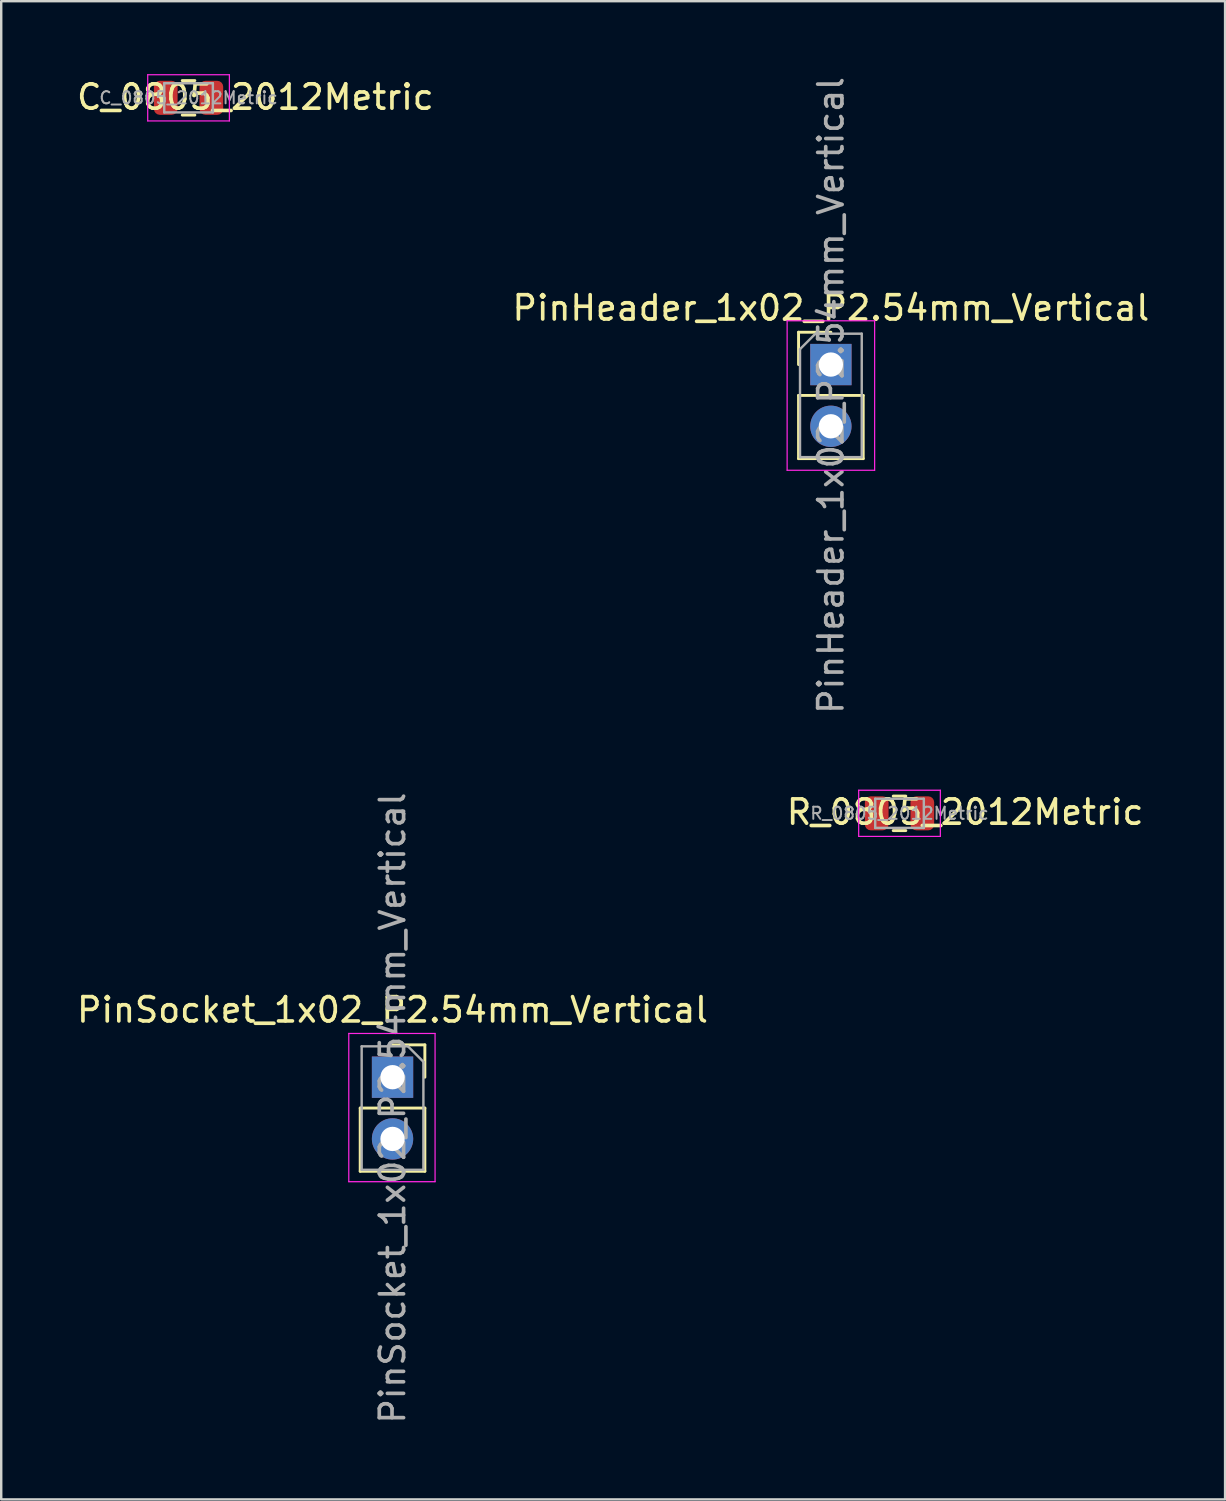
<source format=kicad_pcb>
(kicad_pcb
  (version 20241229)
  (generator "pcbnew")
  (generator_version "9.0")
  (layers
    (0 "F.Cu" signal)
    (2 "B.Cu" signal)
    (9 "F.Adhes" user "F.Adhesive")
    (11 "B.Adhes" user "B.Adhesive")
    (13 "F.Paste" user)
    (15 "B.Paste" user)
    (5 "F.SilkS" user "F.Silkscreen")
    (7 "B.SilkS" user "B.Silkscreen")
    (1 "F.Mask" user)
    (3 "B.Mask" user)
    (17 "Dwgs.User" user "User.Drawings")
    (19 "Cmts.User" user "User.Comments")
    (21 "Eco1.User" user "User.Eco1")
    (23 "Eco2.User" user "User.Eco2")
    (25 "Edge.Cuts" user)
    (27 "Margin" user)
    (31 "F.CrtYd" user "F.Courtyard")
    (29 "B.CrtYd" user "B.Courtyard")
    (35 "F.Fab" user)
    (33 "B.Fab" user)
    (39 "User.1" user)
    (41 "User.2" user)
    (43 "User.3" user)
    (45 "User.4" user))
  (footprint "R_0805_2012Metric"
    (layer "F.Cu")
    (at 33.961 30.415)
    (property "Reference" "R_0805_2012Metric" (at 2.7 -0.05 0) (layer "F.SilkS") (effects (font (size 1 1) (thickness 0.15))))
    (attr smd)
    (fp_line (start -0.259 -0.71) (end 0.259 -0.71) (stroke (width 0.12) (type solid)) (layer "F.SilkS"))
    (fp_line (start -0.259 0.71) (end 0.259 0.71) (stroke (width 0.12) (type solid)) (layer "F.SilkS"))
    (fp_line (start -1.68 -0.95) (end 1.68 -0.95) (stroke (width 0.05) (type solid)) (layer "F.CrtYd"))
    (fp_line (start -1.68 0.95) (end -1.68 -0.95) (stroke (width 0.05) (type solid)) (layer "F.CrtYd"))
    (fp_line (start 1.68 -0.95) (end 1.68 0.95) (stroke (width 0.05) (type solid)) (layer "F.CrtYd"))
    (fp_line (start 1.68 0.95) (end -1.68 0.95) (stroke (width 0.05) (type solid)) (layer "F.CrtYd"))
    (fp_line (start -1 -0.6) (end 1 -0.6) (stroke (width 0.1) (type solid)) (layer "F.Fab"))
    (fp_line (start -1 0.6) (end -1 -0.6) (stroke (width 0.1) (type solid)) (layer "F.Fab"))
    (fp_line (start 1 -0.6) (end 1 0.6) (stroke (width 0.1) (type solid)) (layer "F.Fab"))
    (fp_line (start 1 0.6) (end -1 0.6) (stroke (width 0.1) (type solid)) (layer "F.Fab"))
    (fp_text user "${REFERENCE}" (at 0 0 0) (layer "F.Fab") (effects (font (size 0.5 0.5) (thickness 0.08))))
    (pad "1" smd roundrect (at -0.938 0) (size 0.975 1.4) (layers "F.Cu" "F.Mask" "F.Paste") (roundrect_rratio 0.25))
    (pad "2" smd roundrect (at 0.938 0) (size 0.975 1.4) (layers "F.Cu" "F.Mask" "F.Paste") (roundrect_rratio 0.25)))
  (footprint "PinSocket_1x02_P2.54mm_Vertical"
    (layer "F.Cu")
    (at 13.101 41.272)
    (property "Reference" "PinSocket_1x02_P2.54mm_Vertical" (at 0 -2.77 0) (layer "F.SilkS") (effects (font (size 1 1) (thickness 0.15))))
    (attr through_hole)
    (fp_line (start -1.33 1.27) (end -1.33 3.87) (stroke (width 0.12) (type solid)) (layer "F.SilkS"))
    (fp_line (start -1.33 1.27) (end 1.33 1.27) (stroke (width 0.12) (type solid)) (layer "F.SilkS"))
    (fp_line (start -1.33 3.87) (end 1.33 3.87) (stroke (width 0.12) (type solid)) (layer "F.SilkS"))
    (fp_line (start 0 -1.33) (end 1.33 -1.33) (stroke (width 0.12) (type solid)) (layer "F.SilkS"))
    (fp_line (start 1.33 -1.33) (end 1.33 0) (stroke (width 0.12) (type solid)) (layer "F.SilkS"))
    (fp_line (start 1.33 1.27) (end 1.33 3.87) (stroke (width 0.12) (type solid)) (layer "F.SilkS"))
    (fp_line (start -1.8 -1.8) (end 1.75 -1.8) (stroke (width 0.05) (type solid)) (layer "F.CrtYd"))
    (fp_line (start -1.8 4.3) (end -1.8 -1.8) (stroke (width 0.05) (type solid)) (layer "F.CrtYd"))
    (fp_line (start 1.75 -1.8) (end 1.75 4.3) (stroke (width 0.05) (type solid)) (layer "F.CrtYd"))
    (fp_line (start 1.75 4.3) (end -1.8 4.3) (stroke (width 0.05) (type solid)) (layer "F.CrtYd"))
    (fp_line (start -1.27 -1.27) (end 0.635 -1.27) (stroke (width 0.1) (type solid)) (layer "F.Fab"))
    (fp_line (start -1.27 3.81) (end -1.27 -1.27) (stroke (width 0.1) (type solid)) (layer "F.Fab"))
    (fp_line (start 0.635 -1.27) (end 1.27 -0.635) (stroke (width 0.1) (type solid)) (layer "F.Fab"))
    (fp_line (start 1.27 -0.635) (end 1.27 3.81) (stroke (width 0.1) (type solid)) (layer "F.Fab"))
    (fp_line (start 1.27 3.81) (end -1.27 3.81) (stroke (width 0.1) (type solid)) (layer "F.Fab"))
    (fp_text user "${REFERENCE}" (at 0 1.27 90) (layer "F.Fab") (effects (font (size 1 1) (thickness 0.15))))
    (pad "1" thru_hole rect (at 0 0) (size 1.7 1.7) (drill 1) (layers "*.Cu" "*.Mask"))
    (pad "2" thru_hole oval (at 0 2.54) (size 1.7 1.7) (drill 1) (layers "*.Cu" "*.Mask")))
  (footprint "PinHeader_1x02_P2.54mm_Vertical"
    (layer "F.Cu")
    (at 31.137 11.95)
    (property "Reference" "PinHeader_1x02_P2.54mm_Vertical" (at 0 -2.33 0) (layer "F.SilkS") (effects (font (size 1 1) (thickness 0.15))))
    (attr through_hole)
    (fp_line (start -1.33 -1.33) (end 0 -1.33) (stroke (width 0.12) (type solid)) (layer "F.SilkS"))
    (fp_line (start -1.33 0) (end -1.33 -1.33) (stroke (width 0.12) (type solid)) (layer "F.SilkS"))
    (fp_line (start -1.33 1.27) (end -1.33 3.87) (stroke (width 0.12) (type solid)) (layer "F.SilkS"))
    (fp_line (start -1.33 1.27) (end 1.33 1.27) (stroke (width 0.12) (type solid)) (layer "F.SilkS"))
    (fp_line (start -1.33 3.87) (end 1.33 3.87) (stroke (width 0.12) (type solid)) (layer "F.SilkS"))
    (fp_line (start 1.33 1.27) (end 1.33 3.87) (stroke (width 0.12) (type solid)) (layer "F.SilkS"))
    (fp_line (start -1.8 -1.8) (end -1.8 4.35) (stroke (width 0.05) (type solid)) (layer "F.CrtYd"))
    (fp_line (start -1.8 4.35) (end 1.8 4.35) (stroke (width 0.05) (type solid)) (layer "F.CrtYd"))
    (fp_line (start 1.8 -1.8) (end -1.8 -1.8) (stroke (width 0.05) (type solid)) (layer "F.CrtYd"))
    (fp_line (start 1.8 4.35) (end 1.8 -1.8) (stroke (width 0.05) (type solid)) (layer "F.CrtYd"))
    (fp_line (start -1.27 -0.635) (end -0.635 -1.27) (stroke (width 0.1) (type solid)) (layer "F.Fab"))
    (fp_line (start -1.27 3.81) (end -1.27 -0.635) (stroke (width 0.1) (type solid)) (layer "F.Fab"))
    (fp_line (start -0.635 -1.27) (end 1.27 -1.27) (stroke (width 0.1) (type solid)) (layer "F.Fab"))
    (fp_line (start 1.27 -1.27) (end 1.27 3.81) (stroke (width 0.1) (type solid)) (layer "F.Fab"))
    (fp_line (start 1.27 3.81) (end -1.27 3.81) (stroke (width 0.1) (type solid)) (layer "F.Fab"))
    (fp_text user "${REFERENCE}" (at 0 1.27 90) (layer "F.Fab") (effects (font (size 1 1) (thickness 0.15))))
    (pad "1" thru_hole rect (at 0 0) (size 1.7 1.7) (drill 1) (layers "*.Cu" "*.Mask"))
    (pad "2" thru_hole oval (at 0 2.54) (size 1.7 1.7) (drill 1) (layers "*.Cu" "*.Mask")))
  (footprint "C_0805_2012Metric"
    (layer "F.Cu")
    (at 4.708 0.975)
    (property "Reference" "C_0805_2012Metric" (at 2.75 -0.03 0) (layer "F.SilkS") (effects (font (size 1 1) (thickness 0.15))))
    (attr smd)
    (fp_line (start -0.259 -0.71) (end 0.259 -0.71) (stroke (width 0.12) (type solid)) (layer "F.SilkS"))
    (fp_line (start -0.259 0.71) (end 0.259 0.71) (stroke (width 0.12) (type solid)) (layer "F.SilkS"))
    (fp_line (start -1.68 -0.95) (end 1.68 -0.95) (stroke (width 0.05) (type solid)) (layer "F.CrtYd"))
    (fp_line (start -1.68 0.95) (end -1.68 -0.95) (stroke (width 0.05) (type solid)) (layer "F.CrtYd"))
    (fp_line (start 1.68 -0.95) (end 1.68 0.95) (stroke (width 0.05) (type solid)) (layer "F.CrtYd"))
    (fp_line (start 1.68 0.95) (end -1.68 0.95) (stroke (width 0.05) (type solid)) (layer "F.CrtYd"))
    (fp_line (start -1 -0.6) (end 1 -0.6) (stroke (width 0.1) (type solid)) (layer "F.Fab"))
    (fp_line (start -1 0.6) (end -1 -0.6) (stroke (width 0.1) (type solid)) (layer "F.Fab"))
    (fp_line (start 1 -0.6) (end 1 0.6) (stroke (width 0.1) (type solid)) (layer "F.Fab"))
    (fp_line (start 1 0.6) (end -1 0.6) (stroke (width 0.1) (type solid)) (layer "F.Fab"))
    (fp_text user "${REFERENCE}" (at 0 0 0) (layer "F.Fab") (effects (font (size 0.5 0.5) (thickness 0.08))))
    (pad "1" smd roundrect (at -0.938 0) (size 0.975 1.4) (layers "F.Cu" "F.Mask" "F.Paste") (roundrect_rratio 0.25))
    (pad "2" smd roundrect (at 0.938 0) (size 0.975 1.4) (layers "F.Cu" "F.Mask" "F.Paste") (roundrect_rratio 0.25)))
  (gr_rect
    (start -3 -3)
    (end 47.357 58.643)
    (stroke (width 0.1) (type default))
    (fill no)
    (layer "Edge.Cuts")))
</source>
